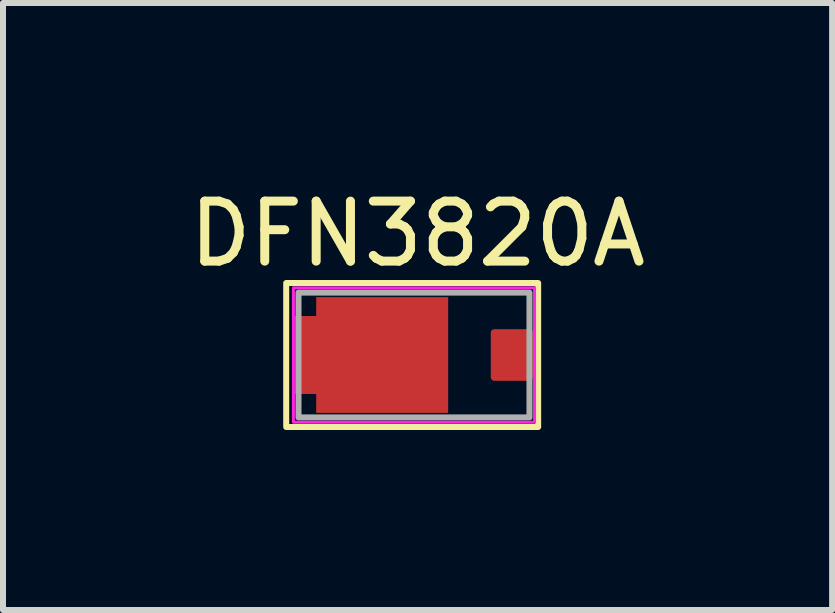
<source format=kicad_pcb>
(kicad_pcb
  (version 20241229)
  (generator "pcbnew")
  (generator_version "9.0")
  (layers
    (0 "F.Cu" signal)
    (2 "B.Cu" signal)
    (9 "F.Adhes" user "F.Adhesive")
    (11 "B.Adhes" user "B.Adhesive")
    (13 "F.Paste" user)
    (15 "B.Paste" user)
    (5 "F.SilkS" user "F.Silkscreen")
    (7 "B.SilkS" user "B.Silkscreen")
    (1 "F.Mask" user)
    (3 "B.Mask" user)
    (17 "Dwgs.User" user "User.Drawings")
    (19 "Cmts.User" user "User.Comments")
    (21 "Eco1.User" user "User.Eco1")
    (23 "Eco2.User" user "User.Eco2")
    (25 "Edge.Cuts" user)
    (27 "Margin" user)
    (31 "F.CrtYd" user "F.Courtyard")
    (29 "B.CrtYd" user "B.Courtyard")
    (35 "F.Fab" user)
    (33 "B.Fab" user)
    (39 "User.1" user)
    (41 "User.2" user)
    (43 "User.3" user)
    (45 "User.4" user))
  (footprint "DFN3820A"
    (layer "F.Cu")
    (at 4.421 2.868)
    (property "Reference" "DFN3820A" (at -0.51 -2.02 0) (unlocked yes) (layer "F.SilkS") (effects (font (size 1 1) (thickness 0.15))))
    (attr smd)
    (fp_rect (start -2.7 -1.2) (end 1.5 1.2) (stroke (width 0.1) (type default)) (fill no) (layer "F.SilkS"))
    (fp_rect (start -2.58 -1.12) (end 1.44 1.12) (stroke (width 0.05) (type default)) (fill no) (layer "F.CrtYd"))
    (fp_rect (start -2.495 -1.04) (end 1.355 1.04) (stroke (width 0.1) (type default)) (fill no) (layer "F.Fab"))
    (pad "1" smd custom (at -2.1 -0.065) (size 0.731 0.731) (layers "F.Cu" "F.Mask" "F.Paste") (options (anchor circle)) (primitives (gr_rect (start -0.45 -0.585) (end -0.1 0.715) (width 0.0001) (fill yes)) (gr_rect (start -0.1 -0.9) (end 2.1 1.03) (width 0.0001) (fill yes))))
    (pad "2" smd roundrect (at 1.06 0) (size 0.7 0.86) (layers "F.Cu" "F.Mask" "F.Paste") (roundrect_rratio 0.082)))
  (gr_rect
    (start -3 -3)
    (end 10.821 7.118)
    (stroke (width 0.1) (type default))
    (fill no)
    (layer "Edge.Cuts")))
</source>
